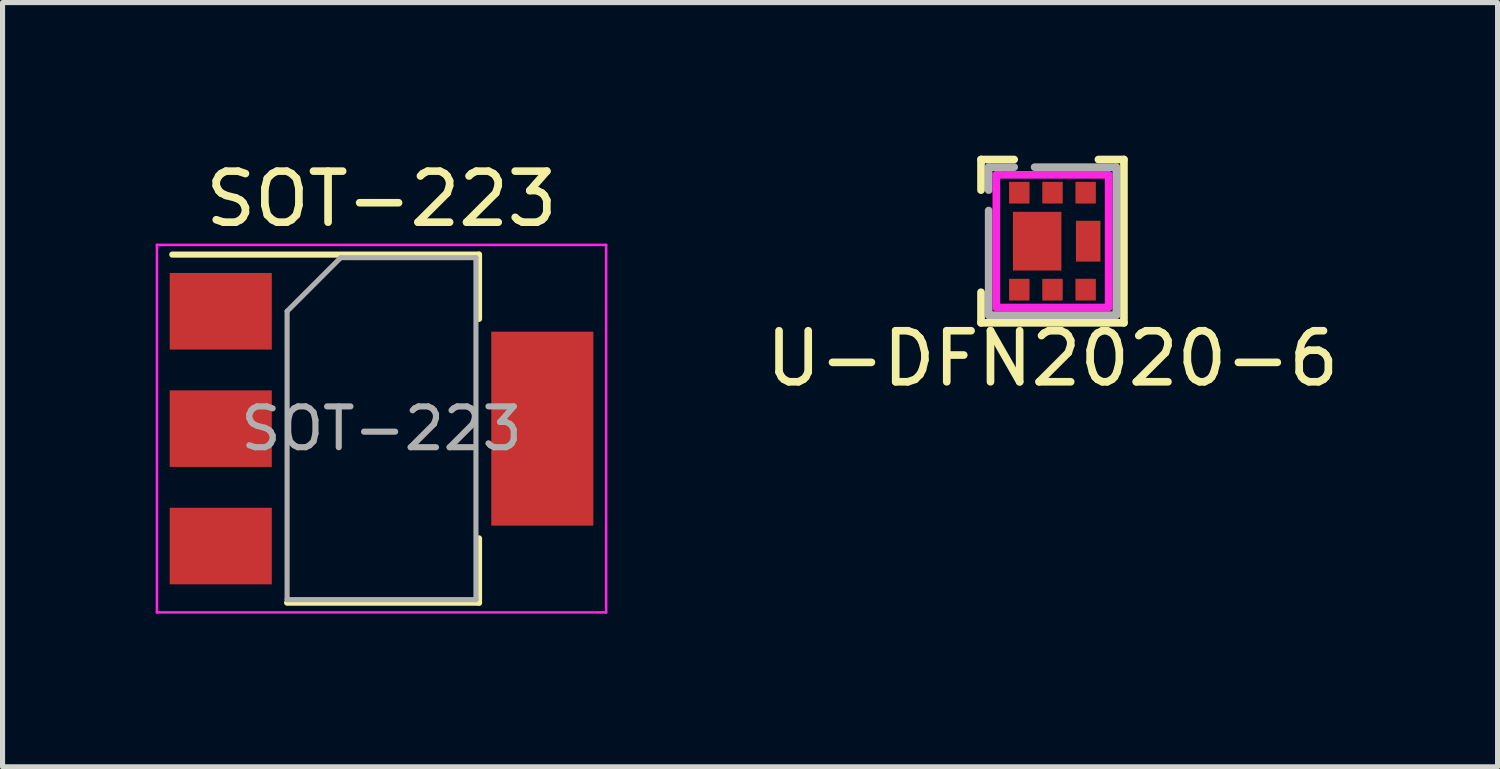
<source format=kicad_pcb>
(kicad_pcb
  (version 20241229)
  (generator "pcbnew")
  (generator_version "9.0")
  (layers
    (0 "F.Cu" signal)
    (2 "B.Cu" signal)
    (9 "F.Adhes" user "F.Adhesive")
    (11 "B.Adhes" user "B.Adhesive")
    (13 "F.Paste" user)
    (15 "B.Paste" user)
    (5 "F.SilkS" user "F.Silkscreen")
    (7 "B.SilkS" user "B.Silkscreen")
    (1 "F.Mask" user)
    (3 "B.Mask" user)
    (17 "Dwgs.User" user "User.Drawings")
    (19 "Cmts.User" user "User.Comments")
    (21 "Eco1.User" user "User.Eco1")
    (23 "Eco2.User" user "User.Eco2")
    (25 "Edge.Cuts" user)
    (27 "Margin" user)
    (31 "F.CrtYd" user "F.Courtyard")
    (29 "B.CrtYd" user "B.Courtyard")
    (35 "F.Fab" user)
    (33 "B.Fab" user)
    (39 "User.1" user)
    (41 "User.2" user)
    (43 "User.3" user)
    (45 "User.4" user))
  (footprint "SOT-223"
    (layer "F.Cu")
    (at 4.425 5.348)
    (property "Reference" "SOT-223" (at 0 -4.5 0) (layer "F.SilkS") (effects (font (size 1 1) (thickness 0.15))))
    (attr smd)
    (fp_line (start -4.1 -3.41) (end 1.91 -3.41) (stroke (width 0.12) (type solid)) (layer "F.SilkS"))
    (fp_line (start -1.85 3.41) (end 1.91 3.41) (stroke (width 0.12) (type solid)) (layer "F.SilkS"))
    (fp_line (start 1.91 -3.41) (end 1.91 -2.15) (stroke (width 0.12) (type solid)) (layer "F.SilkS"))
    (fp_line (start 1.91 3.41) (end 1.91 2.15) (stroke (width 0.12) (type solid)) (layer "F.SilkS"))
    (fp_line (start -4.4 -3.6) (end -4.4 3.6) (stroke (width 0.05) (type solid)) (layer "F.CrtYd"))
    (fp_line (start -4.4 3.6) (end 4.4 3.6) (stroke (width 0.05) (type solid)) (layer "F.CrtYd"))
    (fp_line (start 4.4 -3.6) (end -4.4 -3.6) (stroke (width 0.05) (type solid)) (layer "F.CrtYd"))
    (fp_line (start 4.4 3.6) (end 4.4 -3.6) (stroke (width 0.05) (type solid)) (layer "F.CrtYd"))
    (fp_line (start -1.85 -2.3) (end -1.85 3.35) (stroke (width 0.1) (type solid)) (layer "F.Fab"))
    (fp_line (start -1.85 -2.3) (end -0.8 -3.35) (stroke (width 0.1) (type solid)) (layer "F.Fab"))
    (fp_line (start -1.85 3.35) (end 1.85 3.35) (stroke (width 0.1) (type solid)) (layer "F.Fab"))
    (fp_line (start -0.8 -3.35) (end 1.85 -3.35) (stroke (width 0.1) (type solid)) (layer "F.Fab"))
    (fp_line (start 1.85 -3.35) (end 1.85 3.35) (stroke (width 0.1) (type solid)) (layer "F.Fab"))
    (fp_text user "${REFERENCE}" (at 0 0 0) (layer "F.Fab") (effects (font (size 0.8 0.8) (thickness 0.12))))
    (pad "1" smd rect (at -3.15 -2.3) (size 2 1.5) (layers "F.Cu" "F.Mask" "F.Paste"))
    (pad "2" smd rect (at -3.15 0) (size 2 1.5) (layers "F.Cu" "F.Mask" "F.Paste"))
    (pad "3" smd rect (at -3.15 2.3) (size 2 1.5) (layers "F.Cu" "F.Mask" "F.Paste"))
    (pad "4" smd rect (at 3.15 0) (size 2 3.8) (layers "F.Cu" "F.Mask" "F.Paste")))
  (footprint "U-DFN2020-6"
    (layer "F.Cu")
    (at 17.57 1.675)
    (property "Reference" "U-DFN2020-6" (at 0 2.3 0) (layer "F.SilkS") (effects (font (size 1 1) (thickness 0.15))))
    (attr through_hole)
    (fp_line (start -1.4 -1.6) (end -1.4 -1) (stroke (width 0.15) (type solid)) (layer "F.SilkS"))
    (fp_line (start -1.4 1) (end -1.4 1.6) (stroke (width 0.15) (type solid)) (layer "F.SilkS"))
    (fp_line (start -1.4 1.6) (end 1.4 1.6) (stroke (width 0.15) (type solid)) (layer "F.SilkS"))
    (fp_line (start -0.75 -1.6) (end -1.4 -1.6) (stroke (width 0.15) (type solid)) (layer "F.SilkS"))
    (fp_line (start 1.4 -1.6) (end 0.9 -1.6) (stroke (width 0.15) (type solid)) (layer "F.SilkS"))
    (fp_line (start 1.4 1.6) (end 1.4 -1.6) (stroke (width 0.15) (type solid)) (layer "F.SilkS"))
    (fp_line (start -1.1 -1.3) (end 1.1 -1.3) (stroke (width 0.15) (type solid)) (layer "F.CrtYd"))
    (fp_line (start -1.1 1.25) (end -1.1 -1.3) (stroke (width 0.15) (type solid)) (layer "F.CrtYd"))
    (fp_line (start -1.1 1.3) (end 1.1 1.3) (stroke (width 0.15) (type solid)) (layer "F.CrtYd"))
    (fp_line (start 1.1 -1.3) (end 1.1 1.25) (stroke (width 0.15) (type solid)) (layer "F.CrtYd"))
    (fp_line (start -1.25 -1.45) (end -1.25 -1) (stroke (width 0.15) (type solid)) (layer "F.Fab"))
    (fp_line (start -1.25 -0.6) (end -1.25 1.45) (stroke (width 0.15) (type solid)) (layer "F.Fab"))
    (fp_line (start -1.25 1.45) (end 1.25 1.45) (stroke (width 0.15) (type solid)) (layer "F.Fab"))
    (fp_line (start -0.75 -1.45) (end -1.25 -1.45) (stroke (width 0.15) (type solid)) (layer "F.Fab"))
    (fp_line (start 1.25 -1.45) (end -0.35 -1.45) (stroke (width 0.15) (type solid)) (layer "F.Fab"))
    (fp_line (start 1.25 1.45) (end 1.25 -1.45) (stroke (width 0.15) (type solid)) (layer "F.Fab"))
    (pad "1" smd rect (at -0.65 -0.95) (size 0.4 0.425) (layers "F.Cu" "F.Mask" "F.Paste"))
    (pad "1" smd rect (at -0.65 0.95) (size 0.4 0.425) (layers "F.Cu" "F.Mask" "F.Paste"))
    (pad "1" smd rect (at -0.3 0) (size 0.95 1.15) (layers "F.Cu" "F.Mask" "F.Paste"))
    (pad "1" smd rect (at 0 -0.95) (size 0.4 0.425) (layers "F.Cu" "F.Mask" "F.Paste"))
    (pad "1" smd rect (at 0 0.95) (size 0.4 0.425) (layers "F.Cu" "F.Mask" "F.Paste"))
    (pad "2" smd rect (at 0.65 0.95) (size 0.4 0.425) (layers "F.Cu" "F.Mask" "F.Paste"))
    (pad "2" smd rect (at 0.7 0) (size 0.48 0.8) (layers "F.Cu" "F.Mask" "F.Paste"))
    (pad "3" smd rect (at 0.65 -0.95) (size 0.4 0.425) (layers "F.Cu" "F.Mask" "F.Paste")))
  (gr_rect
    (start -3 -3)
    (end 26.29 11.973)
    (stroke (width 0.1) (type default))
    (fill no)
    (layer "Edge.Cuts")))
</source>
